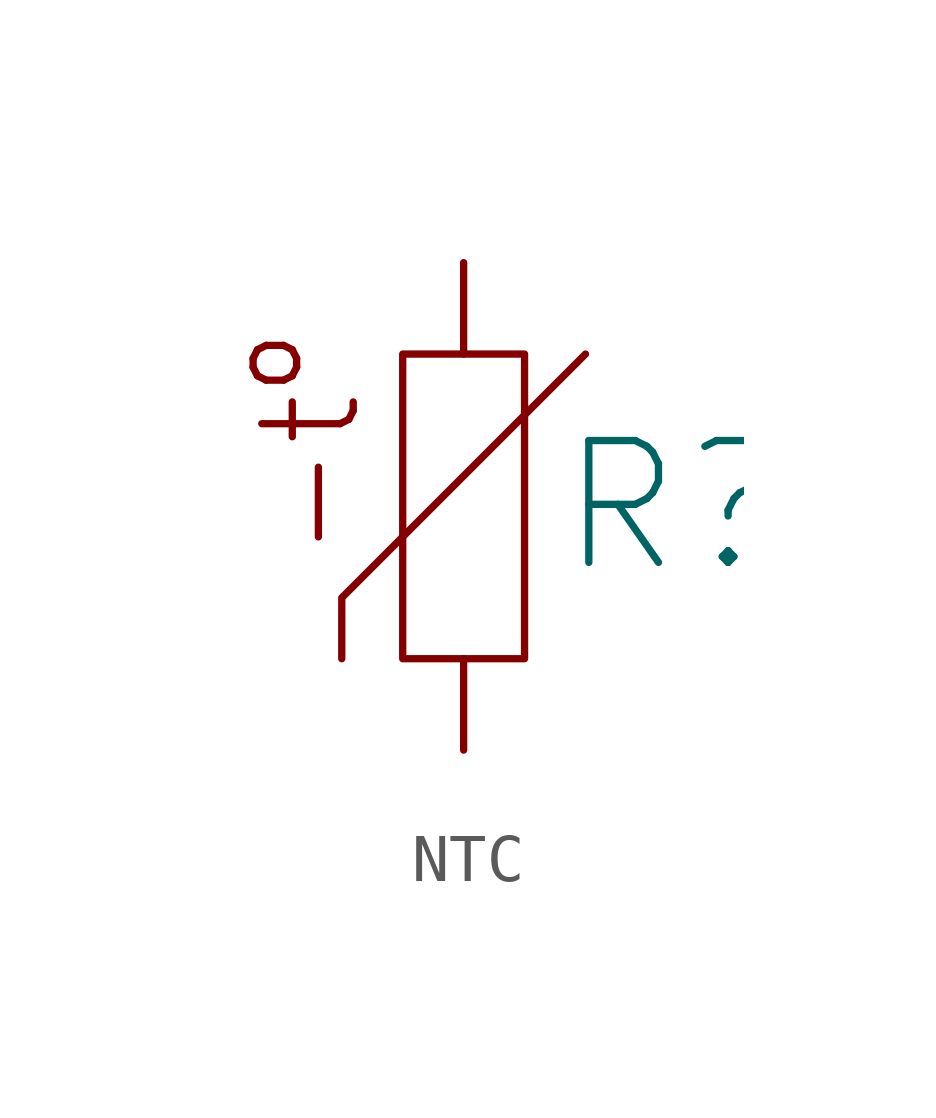
<source format=kicad_sym>
(kicad_symbol_lib
  (version 20211014)
  (generator kicad_symbol_editor)
  (symbol "NTC"
    (pin_names
      (offset 1.016))
    (property "Reference" "R"
      (at 1.905 -5.08 0)
      (effects (font (size 2.54 2.54)) (justify left)))
    (symbol "NTC_0_1"
      (rectangle (start -1.27 -1.905) (end 1.27 -8.255) (stroke (width 0) (type default) (color 0 0 0 0)) (fill (type none))))
    (symbol "NTC_1_0"
      (polyline (pts (xy -2.54 -8.255) (xy -2.54 -6.985) (xy 2.54 -1.905)) (stroke (width 0) (type default) (color 0 0 0 0)) (fill (type none)))
      (text "-tº" (at -3.175 -3.81 900) (effects (font (size 1.905 1.905)))))
    (symbol "NTC_1_1"
      (pin input line (at 0 -10.16 90) (length 1.905) (name "~" (effects (font (size 1.27 1.27)))) (number "~" (effects (font (size 1.143 1.143)))))
      (pin input line (at 0 0 270) (length 1.905) (name "~" (effects (font (size 1.27 1.27)))) (number "~" (effects (font (size 1.143 1.143))))))))
</source>
